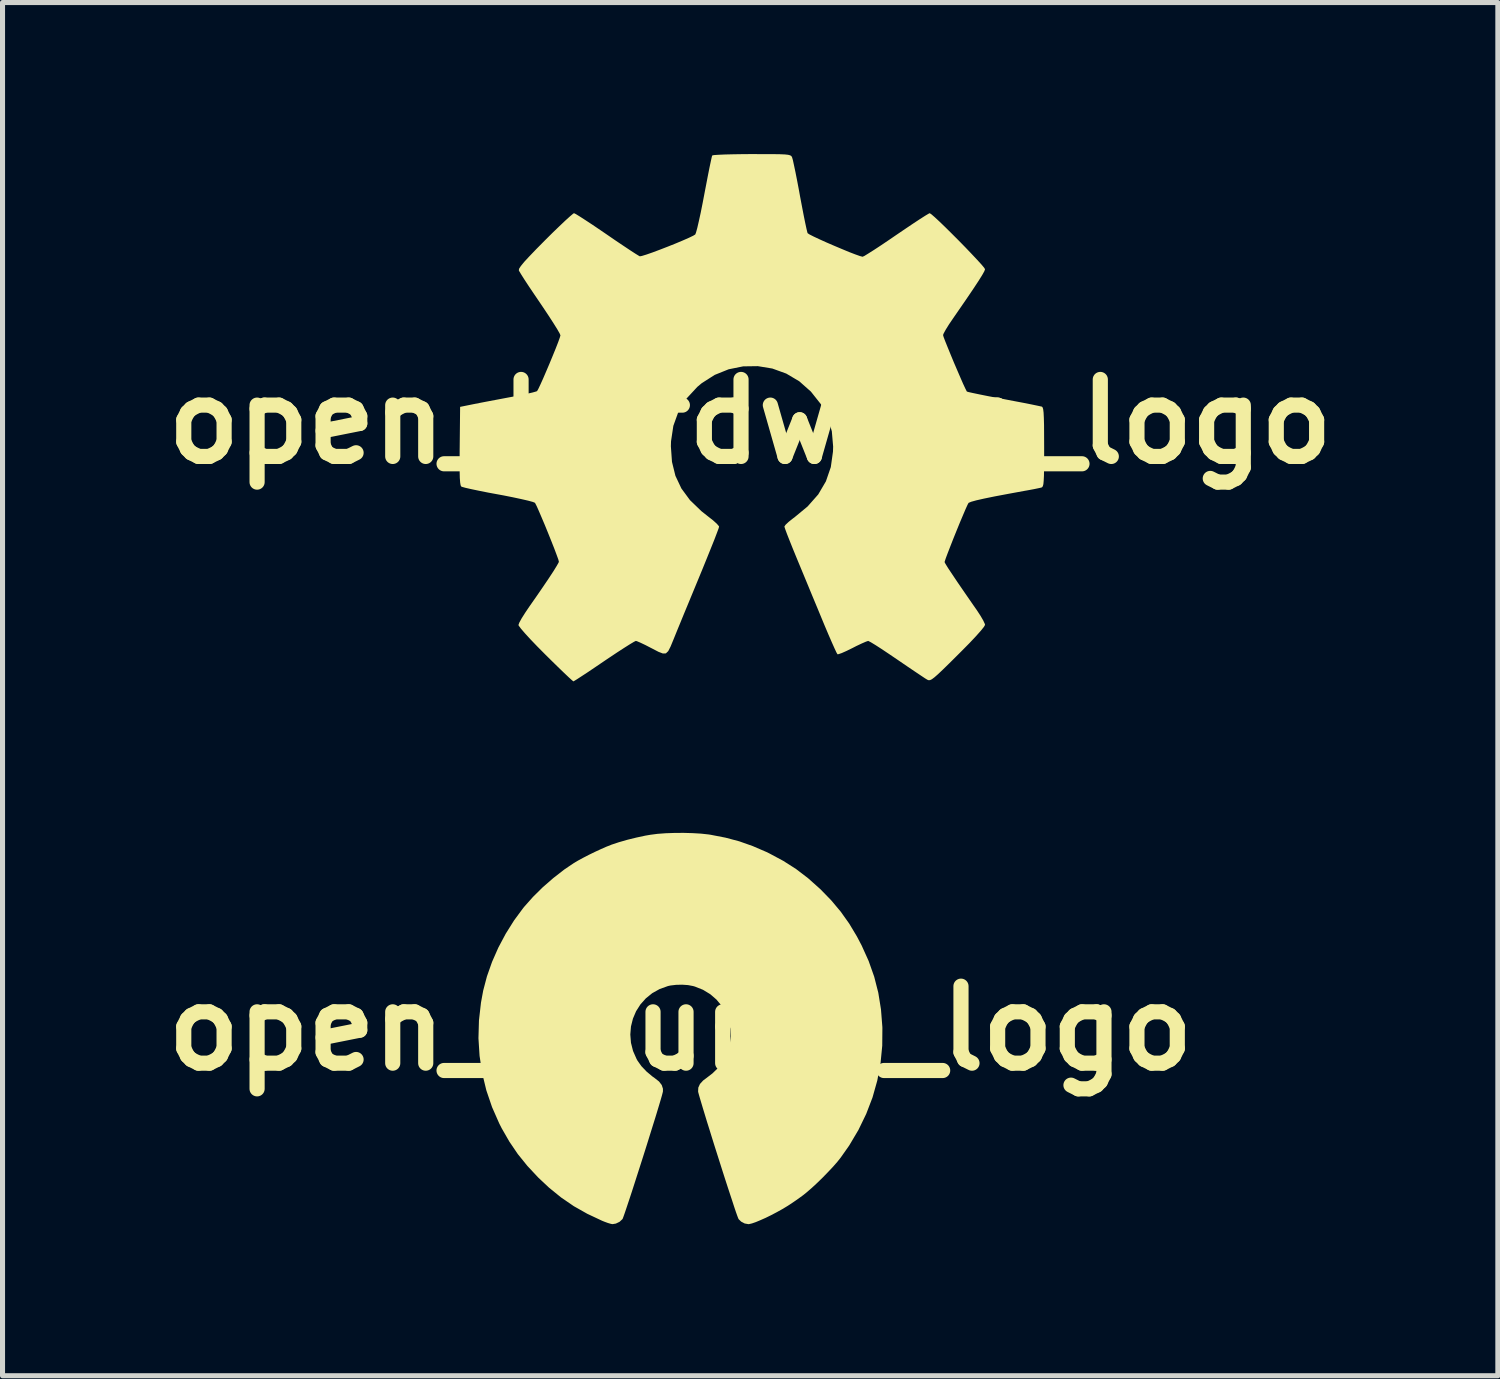
<source format=kicad_pcb>
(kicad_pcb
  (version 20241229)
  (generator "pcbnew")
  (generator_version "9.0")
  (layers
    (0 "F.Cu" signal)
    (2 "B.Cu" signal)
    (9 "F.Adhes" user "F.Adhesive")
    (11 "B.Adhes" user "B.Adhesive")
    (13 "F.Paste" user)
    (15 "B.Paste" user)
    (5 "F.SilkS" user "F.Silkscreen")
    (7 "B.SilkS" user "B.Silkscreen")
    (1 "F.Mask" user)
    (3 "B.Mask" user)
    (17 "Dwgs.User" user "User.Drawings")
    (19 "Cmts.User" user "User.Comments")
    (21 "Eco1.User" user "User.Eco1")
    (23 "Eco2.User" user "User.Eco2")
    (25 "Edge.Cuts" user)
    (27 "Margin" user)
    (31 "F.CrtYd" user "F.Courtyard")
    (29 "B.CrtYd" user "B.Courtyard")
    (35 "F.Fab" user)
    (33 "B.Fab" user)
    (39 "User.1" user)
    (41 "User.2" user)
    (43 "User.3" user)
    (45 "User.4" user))
  (footprint "open_hardware_logo"
    (layer "F.Cu")
    (at 11.8 5.296)
    (property "Reference" "open_hardware_logo" (at 0 0 0) (layer "F.SilkS") (effects (font (size 1.524 1.524) (thickness 0.3))))
    (attr board_only exclude_from_pos_files exclude_from_bom)
    (fp_poly (pts (xy 0.27 -5.295) (xy 0.453 -5.295) (xy 0.589 -5.293) (xy 0.685 -5.289) (xy 0.75 -5.282) (xy 0.789 -5.272) (xy 0.812 -5.259) (xy 0.825 -5.241) (xy 0.831 -5.226) (xy 0.845 -5.177) (xy 0.867 -5.076) (xy 0.897 -4.934) (xy 0.931 -4.761) (xy 0.968 -4.566) (xy 0.986 -4.465) (xy 1.024 -4.265) (xy 1.059 -4.083) (xy 1.09 -3.93) (xy 1.115 -3.814) (xy 1.132 -3.745) (xy 1.137 -3.73) (xy 1.171 -3.707) (xy 1.251 -3.666) (xy 1.366 -3.612) (xy 1.505 -3.549) (xy 1.658 -3.483) (xy 1.812 -3.418) (xy 1.956 -3.358) (xy 2.081 -3.31) (xy 2.174 -3.277) (xy 2.224 -3.264) (xy 2.226 -3.264) (xy 2.261 -3.28) (xy 2.339 -3.328) (xy 2.453 -3.4) (xy 2.596 -3.494) (xy 2.759 -3.604) (xy 2.892 -3.695) (xy 3.066 -3.813) (xy 3.225 -3.92) (xy 3.36 -4.009) (xy 3.465 -4.076) (xy 3.532 -4.116) (xy 3.554 -4.126) (xy 3.587 -4.104) (xy 3.654 -4.046) (xy 3.75 -3.957) (xy 3.866 -3.845) (xy 3.994 -3.718) (xy 4.129 -3.583) (xy 4.262 -3.447) (xy 4.386 -3.317) (xy 4.494 -3.202) (xy 4.579 -3.109) (xy 4.633 -3.044) (xy 4.649 -3.016) (xy 4.635 -2.977) (xy 4.592 -2.9) (xy 4.518 -2.782) (xy 4.412 -2.621) (xy 4.273 -2.416) (xy 4.1 -2.165) (xy 4.015 -2.042) (xy 3.935 -1.924) (xy 3.871 -1.821) (xy 3.83 -1.746) (xy 3.818 -1.714) (xy 3.829 -1.674) (xy 3.861 -1.59) (xy 3.909 -1.471) (xy 3.967 -1.329) (xy 4.031 -1.174) (xy 4.098 -1.018) (xy 4.161 -0.872) (xy 4.216 -0.746) (xy 4.26 -0.652) (xy 4.286 -0.601) (xy 4.29 -0.595) (xy 4.323 -0.585) (xy 4.409 -0.566) (xy 4.538 -0.539) (xy 4.701 -0.506) (xy 4.891 -0.47) (xy 5.019 -0.446) (xy 5.223 -0.407) (xy 5.408 -0.372) (xy 5.564 -0.341) (xy 5.684 -0.316) (xy 5.758 -0.3) (xy 5.776 -0.296) (xy 5.789 -0.28) (xy 5.8 -0.243) (xy 5.808 -0.176) (xy 5.813 -0.073) (xy 5.817 0.072) (xy 5.818 0.266) (xy 5.819 0.505) (xy 5.819 0.746) (xy 5.817 0.932) (xy 5.815 1.071) (xy 5.81 1.17) (xy 5.804 1.236) (xy 5.794 1.275) (xy 5.781 1.296) (xy 5.765 1.305) (xy 5.712 1.317) (xy 5.615 1.337) (xy 5.492 1.36) (xy 5.434 1.37) (xy 5.108 1.43) (xy 4.842 1.48) (xy 4.632 1.523) (xy 4.477 1.558) (xy 4.376 1.586) (xy 4.326 1.607) (xy 4.322 1.61) (xy 4.302 1.647) (xy 4.264 1.731) (xy 4.213 1.851) (xy 4.152 1.995) (xy 4.088 2.152) (xy 4.023 2.313) (xy 3.963 2.466) (xy 3.911 2.6) (xy 3.872 2.704) (xy 3.851 2.768) (xy 3.848 2.781) (xy 3.866 2.816) (xy 3.917 2.899) (xy 4.001 3.025) (xy 4.113 3.192) (xy 4.254 3.397) (xy 4.419 3.636) (xy 4.485 3.73) (xy 4.557 3.84) (xy 4.613 3.936) (xy 4.645 4.005) (xy 4.649 4.024) (xy 4.627 4.063) (xy 4.566 4.139) (xy 4.469 4.248) (xy 4.341 4.384) (xy 4.186 4.541) (xy 4.113 4.614) (xy 3.946 4.78) (xy 3.816 4.907) (xy 3.719 4.999) (xy 3.647 5.062) (xy 3.596 5.1) (xy 3.56 5.117) (xy 3.532 5.119) (xy 3.508 5.11) (xy 3.508 5.11) (xy 3.462 5.082) (xy 3.375 5.024) (xy 3.254 4.943) (xy 3.109 4.845) (xy 2.948 4.735) (xy 2.907 4.707) (xy 2.746 4.598) (xy 2.601 4.501) (xy 2.48 4.423) (xy 2.391 4.369) (xy 2.341 4.343) (xy 2.336 4.341) (xy 2.293 4.355) (xy 2.21 4.391) (xy 2.1 4.443) (xy 2.026 4.481) (xy 1.908 4.539) (xy 1.811 4.582) (xy 1.746 4.604) (xy 1.728 4.605) (xy 1.709 4.573) (xy 1.671 4.492) (xy 1.617 4.371) (xy 1.55 4.217) (xy 1.475 4.04) (xy 1.431 3.934) (xy 1.333 3.697) (xy 1.224 3.435) (xy 1.113 3.166) (xy 1.008 2.913) (xy 0.919 2.698) (xy 0.846 2.52) (xy 0.782 2.36) (xy 0.73 2.228) (xy 0.694 2.131) (xy 0.678 2.081) (xy 0.677 2.077) (xy 0.701 2.041) (xy 0.763 1.983) (xy 0.851 1.913) (xy 0.87 1.9) (xy 1.137 1.679) (xy 1.347 1.441) (xy 1.499 1.182) (xy 1.596 0.9) (xy 1.639 0.593) (xy 1.642 0.493) (xy 1.616 0.191) (xy 1.536 -0.085) (xy 1.401 -0.343) (xy 1.206 -0.589) (xy 1.201 -0.595) (xy 0.971 -0.799) (xy 0.714 -0.951) (xy 0.438 -1.051) (xy 0.151 -1.098) (xy -0.139 -1.094) (xy -0.426 -1.036) (xy -0.702 -0.925) (xy -0.959 -0.761) (xy -1.046 -0.688) (xy -1.26 -0.457) (xy -1.419 -0.2) (xy -1.521 0.083) (xy -1.567 0.389) (xy -1.57 0.489) (xy -1.548 0.797) (xy -1.48 1.073) (xy -1.362 1.323) (xy -1.192 1.554) (xy -0.965 1.773) (xy -0.831 1.879) (xy -0.734 1.955) (xy -0.659 2.023) (xy -0.619 2.07) (xy -0.616 2.081) (xy -0.627 2.119) (xy -0.66 2.207) (xy -0.71 2.338) (xy -0.777 2.505) (xy -0.856 2.701) (xy -0.945 2.92) (xy -1.02 3.102) (xy -1.12 3.344) (xy -1.217 3.579) (xy -1.307 3.796) (xy -1.386 3.989) (xy -1.451 4.147) (xy -1.498 4.263) (xy -1.517 4.31) (xy -1.576 4.453) (xy -1.622 4.543) (xy -1.669 4.588) (xy -1.729 4.59) (xy -1.815 4.557) (xy -1.94 4.492) (xy -1.956 4.484) (xy -2.074 4.423) (xy -2.175 4.375) (xy -2.243 4.346) (xy -2.264 4.341) (xy -2.299 4.358) (xy -2.378 4.405) (xy -2.492 4.477) (xy -2.634 4.569) (xy -2.796 4.677) (xy -2.891 4.741) (xy -3.059 4.855) (xy -3.21 4.957) (xy -3.337 5.04) (xy -3.432 5.102) (xy -3.488 5.136) (xy -3.499 5.142) (xy -3.526 5.121) (xy -3.591 5.062) (xy -3.686 4.972) (xy -3.806 4.856) (xy -3.945 4.72) (xy -4.054 4.612) (xy -4.213 4.452) (xy -4.35 4.309) (xy -4.46 4.189) (xy -4.539 4.097) (xy -4.582 4.039) (xy -4.587 4.025) (xy -4.57 3.978) (xy -4.524 3.894) (xy -4.455 3.785) (xy -4.377 3.669) (xy -4.231 3.46) (xy -4.099 3.268) (xy -3.985 3.099) (xy -3.893 2.959) (xy -3.828 2.853) (xy -3.792 2.789) (xy -3.787 2.772) (xy -3.798 2.729) (xy -3.83 2.641) (xy -3.876 2.518) (xy -3.934 2.371) (xy -3.998 2.212) (xy -4.063 2.052) (xy -4.127 1.901) (xy -4.183 1.77) (xy -4.227 1.671) (xy -4.256 1.615) (xy -4.261 1.607) (xy -4.302 1.59) (xy -4.394 1.565) (xy -4.528 1.534) (xy -4.696 1.498) (xy -4.887 1.46) (xy -4.99 1.441) (xy -5.191 1.404) (xy -5.371 1.368) (xy -5.524 1.336) (xy -5.638 1.31) (xy -5.706 1.291) (xy -5.719 1.285) (xy -5.732 1.26) (xy -5.741 1.206) (xy -5.748 1.116) (xy -5.751 0.983) (xy -5.752 0.803) (xy -5.751 0.569) (xy -5.75 0.481) (xy -5.742 -0.292) (xy -5.48 -0.345) (xy -5.354 -0.37) (xy -5.187 -0.402) (xy -4.996 -0.438) (xy -4.801 -0.475) (xy -4.731 -0.488) (xy -4.564 -0.52) (xy -4.419 -0.551) (xy -4.306 -0.577) (xy -4.235 -0.597) (xy -4.218 -0.605) (xy -4.195 -0.645) (xy -4.154 -0.731) (xy -4.1 -0.851) (xy -4.038 -0.995) (xy -3.972 -1.15) (xy -3.908 -1.305) (xy -3.849 -1.45) (xy -3.801 -1.573) (xy -3.769 -1.662) (xy -3.756 -1.707) (xy -3.756 -1.708) (xy -3.773 -1.748) (xy -3.82 -1.83) (xy -3.893 -1.947) (xy -3.986 -2.091) (xy -4.095 -2.255) (xy -4.16 -2.351) (xy -4.276 -2.522) (xy -4.381 -2.678) (xy -4.469 -2.812) (xy -4.534 -2.915) (xy -4.573 -2.98) (xy -4.58 -2.997) (xy -4.574 -3.028) (xy -4.539 -3.081) (xy -4.474 -3.161) (xy -4.373 -3.27) (xy -4.235 -3.414) (xy -4.061 -3.59) (xy -3.912 -3.738) (xy -3.775 -3.87) (xy -3.658 -3.981) (xy -3.566 -4.064) (xy -3.507 -4.114) (xy -3.488 -4.126) (xy -3.452 -4.109) (xy -3.374 -4.061) (xy -3.261 -3.988) (xy -3.119 -3.895) (xy -2.957 -3.785) (xy -2.841 -3.706) (xy -2.668 -3.587) (xy -2.51 -3.481) (xy -2.375 -3.391) (xy -2.27 -3.323) (xy -2.203 -3.282) (xy -2.184 -3.272) (xy -2.142 -3.28) (xy -2.054 -3.307) (xy -1.933 -3.349) (xy -1.789 -3.403) (xy -1.634 -3.463) (xy -1.479 -3.525) (xy -1.336 -3.585) (xy -1.215 -3.638) (xy -1.128 -3.68) (xy -1.087 -3.705) (xy -1.072 -3.744) (xy -1.047 -3.835) (xy -1.016 -3.969) (xy -0.979 -4.138) (xy -0.94 -4.333) (xy -0.91 -4.491) (xy -0.87 -4.699) (xy -0.834 -4.886) (xy -0.802 -5.046) (xy -0.776 -5.168) (xy -0.759 -5.245) (xy -0.752 -5.268) (xy -0.718 -5.276) (xy -0.631 -5.282) (xy -0.499 -5.288) (xy -0.331 -5.292) (xy -0.135 -5.295) (xy 0.033 -5.296)) (stroke (width 0) (type solid)) (fill yes) (layer "F.SilkS")))
  (footprint "open_source_logo"
    (layer "F.Cu")
    (at 10.421 17.306)
    (property "Reference" "open_source_logo" (at 0 0 0) (layer "F.SilkS") (effects (font (size 1.524 1.524) (thickness 0.3))))
    (attr board_only exclude_from_pos_files exclude_from_bom)
    (fp_poly (pts (xy 0.242 -3.864) (xy 0.408 -3.854) (xy 0.555 -3.838) (xy 0.594 -3.832) (xy 0.888 -3.775) (xy 1.163 -3.702) (xy 1.429 -3.608) (xy 1.696 -3.493) (xy 1.758 -3.463) (xy 2.034 -3.315) (xy 2.288 -3.153) (xy 2.527 -2.97) (xy 2.76 -2.762) (xy 2.77 -2.753) (xy 2.982 -2.535) (xy 3.17 -2.311) (xy 3.338 -2.075) (xy 3.491 -1.82) (xy 3.585 -1.641) (xy 3.724 -1.333) (xy 3.834 -1.022) (xy 3.915 -0.704) (xy 3.968 -0.375) (xy 3.995 -0.032) (xy 3.996 -0.008) (xy 3.993 0.345) (xy 3.959 0.692) (xy 3.895 1.033) (xy 3.801 1.367) (xy 3.676 1.693) (xy 3.522 2.011) (xy 3.338 2.321) (xy 3.169 2.561) (xy 3.102 2.645) (xy 3.017 2.742) (xy 2.917 2.848) (xy 2.811 2.957) (xy 2.702 3.063) (xy 2.596 3.161) (xy 2.499 3.245) (xy 2.431 3.3) (xy 2.35 3.359) (xy 2.259 3.423) (xy 2.17 3.483) (xy 2.119 3.516) (xy 2.016 3.578) (xy 1.906 3.639) (xy 1.794 3.698) (xy 1.684 3.752) (xy 1.58 3.798) (xy 1.489 3.836) (xy 1.413 3.862) (xy 1.357 3.875) (xy 1.344 3.876) (xy 1.27 3.863) (xy 1.2 3.826) (xy 1.15 3.777) (xy 1.14 3.755) (xy 1.122 3.707) (xy 1.096 3.634) (xy 1.064 3.539) (xy 1.027 3.425) (xy 0.984 3.295) (xy 0.937 3.152) (xy 0.887 2.998) (xy 0.835 2.836) (xy 0.782 2.669) (xy 0.728 2.499) (xy 0.674 2.329) (xy 0.622 2.163) (xy 0.572 2.001) (xy 0.524 1.849) (xy 0.481 1.707) (xy 0.442 1.579) (xy 0.409 1.468) (xy 0.382 1.377) (xy 0.362 1.307) (xy 0.35 1.262) (xy 0.348 1.249) (xy 0.352 1.173) (xy 0.385 1.101) (xy 0.447 1.033) (xy 0.511 0.985) (xy 0.632 0.892) (xy 0.74 0.787) (xy 0.827 0.678) (xy 0.852 0.639) (xy 0.928 0.481) (xy 0.975 0.319) (xy 0.994 0.156) (xy 0.986 -0.005) (xy 0.952 -0.161) (xy 0.895 -0.309) (xy 0.814 -0.446) (xy 0.711 -0.57) (xy 0.588 -0.676) (xy 0.445 -0.763) (xy 0.284 -0.827) (xy 0.249 -0.837) (xy 0.149 -0.856) (xy 0.032 -0.864) (xy -0.088 -0.861) (xy -0.199 -0.848) (xy -0.249 -0.837) (xy -0.413 -0.778) (xy -0.56 -0.696) (xy -0.687 -0.593) (xy -0.794 -0.473) (xy -0.88 -0.338) (xy -0.942 -0.192) (xy -0.981 -0.037) (xy -0.994 0.123) (xy -0.981 0.286) (xy -0.94 0.448) (xy -0.87 0.607) (xy -0.852 0.639) (xy -0.775 0.748) (xy -0.673 0.855) (xy -0.556 0.953) (xy -0.511 0.985) (xy -0.426 1.052) (xy -0.372 1.122) (xy -0.348 1.195) (xy -0.348 1.249) (xy -0.355 1.279) (xy -0.37 1.336) (xy -0.393 1.416) (xy -0.423 1.517) (xy -0.459 1.636) (xy -0.5 1.771) (xy -0.546 1.918) (xy -0.595 2.075) (xy -0.646 2.239) (xy -0.699 2.408) (xy -0.753 2.578) (xy -0.807 2.747) (xy -0.86 2.912) (xy -0.911 3.071) (xy -0.959 3.22) (xy -1.004 3.357) (xy -1.045 3.48) (xy -1.08 3.585) (xy -1.109 3.67) (xy -1.131 3.732) (xy -1.145 3.769) (xy -1.15 3.777) (xy -1.207 3.83) (xy -1.28 3.865) (xy -1.347 3.876) (xy -1.383 3.869) (xy -1.438 3.853) (xy -1.506 3.828) (xy -1.555 3.808) (xy -1.846 3.671) (xy -2.113 3.52) (xy -2.364 3.348) (xy -2.603 3.154) (xy -2.815 2.955) (xy -3.031 2.724) (xy -3.221 2.489) (xy -3.388 2.243) (xy -3.539 1.98) (xy -3.588 1.884) (xy -3.731 1.559) (xy -3.844 1.227) (xy -3.926 0.888) (xy -3.978 0.544) (xy -4 0.196) (xy -3.99 -0.156) (xy -3.95 -0.509) (xy -3.906 -0.748) (xy -3.832 -1.029) (xy -3.731 -1.315) (xy -3.606 -1.599) (xy -3.459 -1.875) (xy -3.294 -2.138) (xy -3.114 -2.382) (xy -3.09 -2.411) (xy -2.92 -2.602) (xy -2.727 -2.793) (xy -2.518 -2.975) (xy -2.302 -3.143) (xy -2.11 -3.273) (xy -2.03 -3.32) (xy -1.929 -3.375) (xy -1.815 -3.434) (xy -1.694 -3.493) (xy -1.575 -3.548) (xy -1.466 -3.596) (xy -1.374 -3.632) (xy -1.374 -3.633) (xy -1.224 -3.683) (xy -1.054 -3.732) (xy -0.875 -3.776) (xy -0.699 -3.814) (xy -0.594 -3.832) (xy -0.455 -3.85) (xy -0.293 -3.862) (xy -0.118 -3.868) (xy 0.063 -3.869)) (stroke (width 0) (type solid)) (fill yes) (layer "F.SilkS")))
  (gr_rect
    (start -3 -3)
    (end 26.6 24.183)
    (stroke (width 0.1) (type default))
    (fill no)
    (layer "Edge.Cuts")))
</source>
